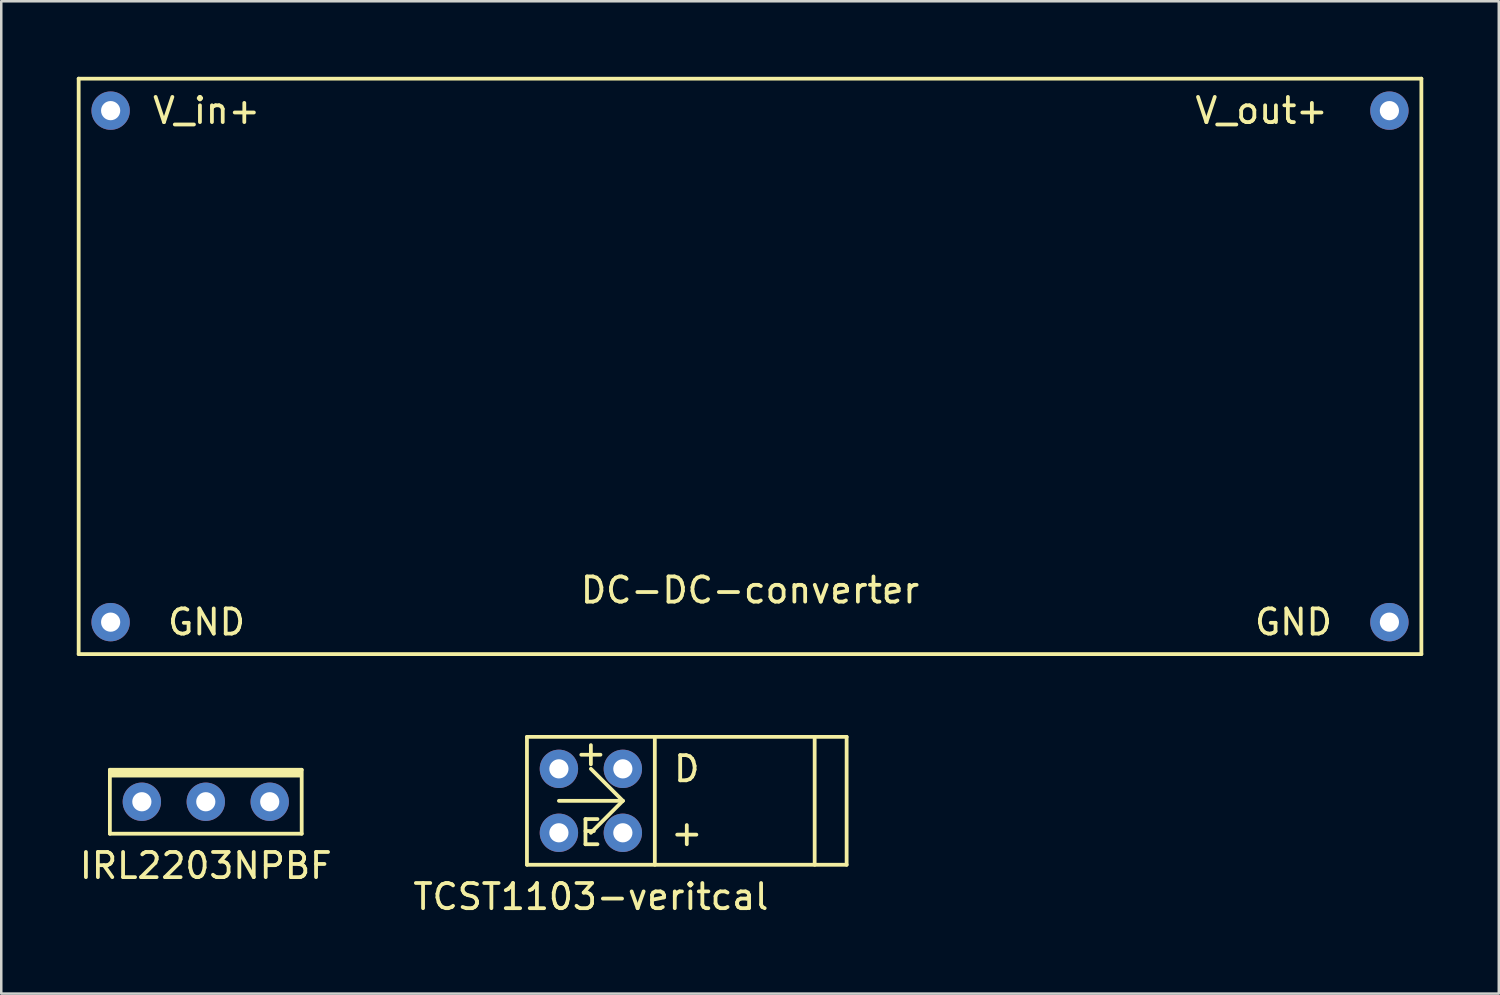
<source format=kicad_pcb>
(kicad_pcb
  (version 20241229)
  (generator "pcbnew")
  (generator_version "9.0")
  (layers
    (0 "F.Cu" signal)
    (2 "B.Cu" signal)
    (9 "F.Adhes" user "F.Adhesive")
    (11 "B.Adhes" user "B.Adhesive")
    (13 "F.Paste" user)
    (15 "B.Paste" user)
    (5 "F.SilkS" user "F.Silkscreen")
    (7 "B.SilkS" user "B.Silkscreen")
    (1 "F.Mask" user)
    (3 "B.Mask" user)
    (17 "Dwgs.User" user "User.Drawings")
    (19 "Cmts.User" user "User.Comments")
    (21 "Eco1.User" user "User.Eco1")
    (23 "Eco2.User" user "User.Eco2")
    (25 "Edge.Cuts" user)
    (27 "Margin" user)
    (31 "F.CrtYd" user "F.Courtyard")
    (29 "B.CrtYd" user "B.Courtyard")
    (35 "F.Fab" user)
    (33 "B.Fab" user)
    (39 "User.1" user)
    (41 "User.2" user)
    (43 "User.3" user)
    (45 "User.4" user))
  (footprint "IRL2203NPBF"
    (layer "F.Cu")
    (at 5.125 26.26)
    (property "Reference" "IRL2203NPBF" (at 0 5.08 0) (layer "F.SilkS") (effects (font (size 1 1) (thickness 0.15))))
    (attr through_hole)
    (fp_line (start -3.81 1.27) (end 3.81 1.27) (stroke (width 0.15) (type solid)) (layer "F.SilkS"))
    (fp_line (start -3.81 3.81) (end -3.81 1.27) (stroke (width 0.15) (type solid)) (layer "F.SilkS"))
    (fp_line (start 3.81 1.27) (end 3.81 3.81) (stroke (width 0.15) (type solid)) (layer "F.SilkS"))
    (fp_line (start 3.81 3.81) (end -3.81 3.81) (stroke (width 0.15) (type solid)) (layer "F.SilkS"))
    (fp_poly (pts (xy -3.81 1.524) (xy -3.81 1.27) (xy 3.81 1.27) (xy 3.81 1.524)) (stroke (width 0.1) (type solid)) (fill yes) (layer "F.SilkS"))
    (pad "1" thru_hole circle (at -2.54 2.54) (size 1.524 1.524) (drill 0.762) (layers "*.Cu" "*.Mask"))
    (pad "2" thru_hole circle (at 0 2.54) (size 1.524 1.524) (drill 0.762) (layers "*.Cu" "*.Mask"))
    (pad "3" thru_hole circle (at 2.54 2.54) (size 1.524 1.524) (drill 0.762) (layers "*.Cu" "*.Mask")))
  (footprint "TCST1103-veritcal"
    (layer "F.Cu")
    (at 20.423 28.763)
    (property "Reference" "TCST1103-veritcal" (at 0 3.81 0) (layer "F.SilkS") (effects (font (size 1 1) (thickness 0.15))))
    (attr through_hole)
    (fp_line (start -2.54 -2.54) (end -2.54 2.54) (stroke (width 0.15) (type solid)) (layer "F.SilkS"))
    (fp_line (start -2.54 2.54) (end 10.16 2.54) (stroke (width 0.15) (type solid)) (layer "F.SilkS"))
    (fp_line (start -1.27 0) (end 1.27 0) (stroke (width 0.15) (type solid)) (layer "F.SilkS"))
    (fp_line (start 0 1.27) (end 1.27 0) (stroke (width 0.15) (type solid)) (layer "F.SilkS"))
    (fp_line (start 1.27 0) (end 0 -1.27) (stroke (width 0.15) (type solid)) (layer "F.SilkS"))
    (fp_line (start 2.54 2.54) (end 2.54 -2.54) (stroke (width 0.15) (type solid)) (layer "F.SilkS"))
    (fp_line (start 8.89 2.54) (end 8.89 -2.54) (stroke (width 0.15) (type solid)) (layer "F.SilkS"))
    (fp_line (start 10.16 -2.54) (end -2.54 -2.54) (stroke (width 0.15) (type solid)) (layer "F.SilkS"))
    (fp_line (start 10.16 -2.54) (end 10.16 2.54) (stroke (width 0.15) (type solid)) (layer "F.SilkS"))
    (fp_text user "D" (at 3.81 -1.27 0) (layer "F.SilkS") (effects (font (size 1 1) (thickness 0.15))))
    (fp_text user "+" (at 0 -1.905 0) (layer "F.SilkS") (effects (font (size 1 1) (thickness 0.15))))
    (fp_text user "E" (at 0 1.27 0) (layer "F.SilkS") (effects (font (size 1 1) (thickness 0.15))))
    (fp_text user "+" (at 3.81 1.27 0) (layer "F.SilkS") (effects (font (size 1 1) (thickness 0.15))))
    (pad "1" thru_hole circle (at -1.27 -1.27) (size 1.524 1.524) (drill 0.762) (layers "*.Cu" "*.Mask"))
    (pad "2" thru_hole circle (at -1.27 1.27) (size 1.524 1.524) (drill 0.762) (layers "*.Cu" "*.Mask"))
    (pad "3" thru_hole circle (at 1.27 1.27) (size 1.524 1.524) (drill 0.762) (layers "*.Cu" "*.Mask"))
    (pad "4" thru_hole circle (at 1.27 -1.27) (size 1.524 1.524) (drill 0.762) (layers "*.Cu" "*.Mask")))
  (footprint "DC-DC-converter"
    (layer "F.Cu")
    (at 26.745 11.505)
    (property "Reference" "DC-DC-converter" (at 0 8.89 0) (layer "F.SilkS") (effects (font (size 1 1) (thickness 0.15))))
    (attr through_hole)
    (fp_line (start -26.67 -11.43) (end 26.67 -11.43) (stroke (width 0.15) (type solid)) (layer "F.SilkS"))
    (fp_line (start -26.67 11.43) (end -26.67 -11.43) (stroke (width 0.15) (type solid)) (layer "F.SilkS"))
    (fp_line (start 26.67 -11.43) (end 26.67 11.43) (stroke (width 0.15) (type solid)) (layer "F.SilkS"))
    (fp_line (start 26.67 11.43) (end -26.67 11.43) (stroke (width 0.15) (type solid)) (layer "F.SilkS"))
    (fp_text user "GND" (at -21.59 10.16 0) (layer "F.SilkS") (effects (font (size 1 1) (thickness 0.15))))
    (fp_text user "V_in+" (at -21.59 -10.16 0) (layer "F.SilkS") (effects (font (size 1 1) (thickness 0.15))))
    (fp_text user "GND" (at 21.59 10.16 0) (layer "F.SilkS") (effects (font (size 1 1) (thickness 0.15))))
    (fp_text user "V_out+" (at 20.32 -10.16 0) (layer "F.SilkS") (effects (font (size 1 1) (thickness 0.15))))
    (pad "1" thru_hole circle (at -25.4 -10.16) (size 1.524 1.524) (drill 0.762) (layers "*.Cu" "*.Mask"))
    (pad "2" thru_hole circle (at -25.4 10.16) (size 1.524 1.524) (drill 0.762) (layers "*.Cu" "*.Mask"))
    (pad "3" thru_hole circle (at 25.4 10.16) (size 1.524 1.524) (drill 0.762) (layers "*.Cu" "*.Mask"))
    (pad "4" thru_hole circle (at 25.4 -10.16) (size 1.524 1.524) (drill 0.762) (layers "*.Cu" "*.Mask")))
  (gr_rect
    (start -3 -3)
    (end 56.49 36.422)
    (stroke (width 0.1) (type default))
    (fill no)
    (layer "Edge.Cuts")))
</source>
